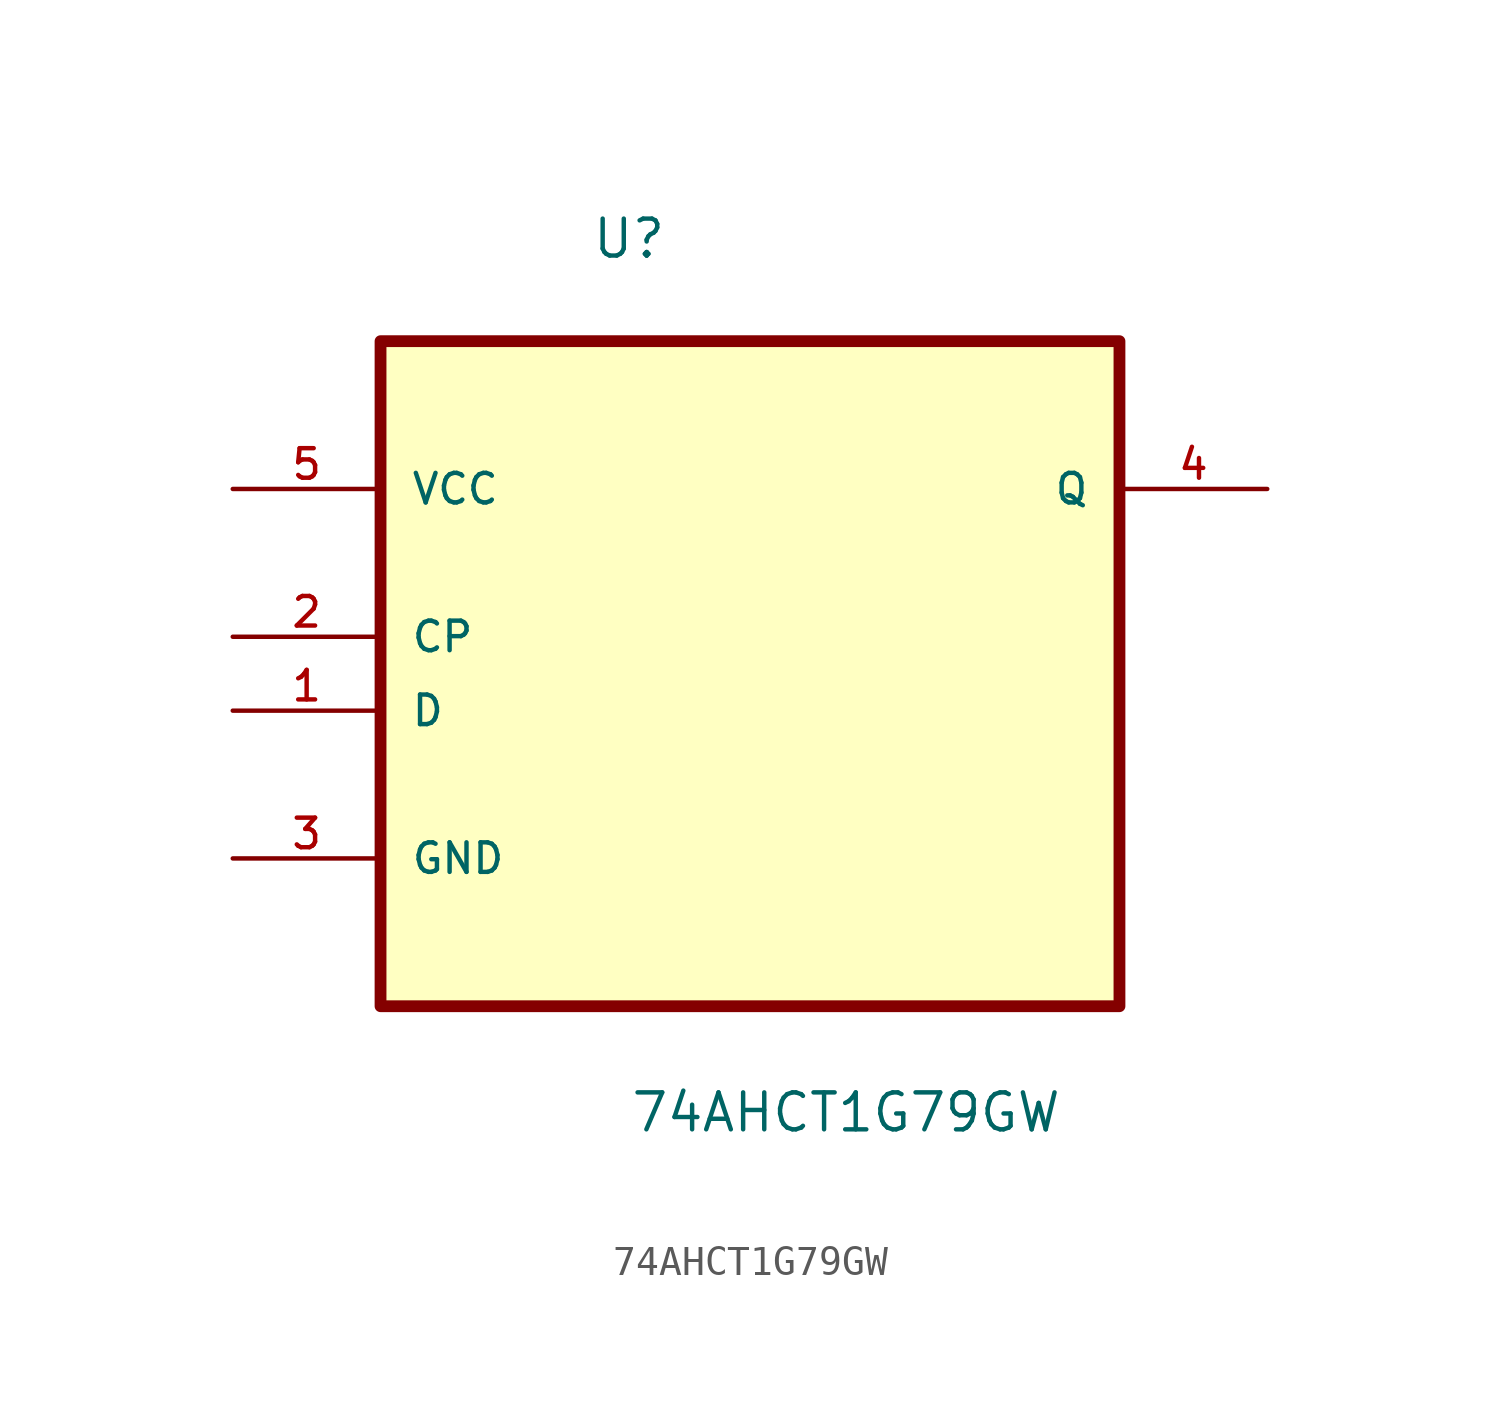
<source format=kicad_sym>
(kicad_symbol_lib
  (version 20211014)
  (generator kicad_symbol_editor)
  (symbol "74AHCT1G79GW"
    (pin_names
      (offset 1.016))
    (property "Reference" "U"
      (at -5.467 10.4 0.0)
      (effects (font (size 1.27 1.27)) (justify bottom left)))
    (property "Value" "74AHCT1G79GW"
      (at -4.146 -19.635 0.0)
      (effects (font (size 1.27 1.27)) (justify bottom left)))
    (symbol "74AHCT1G79GW_0_0"
      (rectangle (start -12.7 -15.24) (end 12.7 7.62) (stroke (width 0.406)) (fill (type background)))
      (pin power_in line (at -17.78 2.54 0) (length 5.08) (name "VCC" (effects (font (size 1.016 1.016)))) (number "5" (effects (font (size 1.016 1.016)))))
      (pin input line (at -17.78 -2.54 0) (length 5.08) (name "CP" (effects (font (size 1.016 1.016)))) (number "2" (effects (font (size 1.016 1.016)))))
      (pin input line (at -17.78 -5.08 0) (length 5.08) (name "D" (effects (font (size 1.016 1.016)))) (number "1" (effects (font (size 1.016 1.016)))))
      (pin passive line (at -17.78 -10.16 0) (length 5.08) (name "GND" (effects (font (size 1.016 1.016)))) (number "3" (effects (font (size 1.016 1.016)))))
      (pin output line (at 17.78 2.54 180.0) (length 5.08) (name "Q" (effects (font (size 1.016 1.016)))) (number "4" (effects (font (size 1.016 1.016))))))))
</source>
